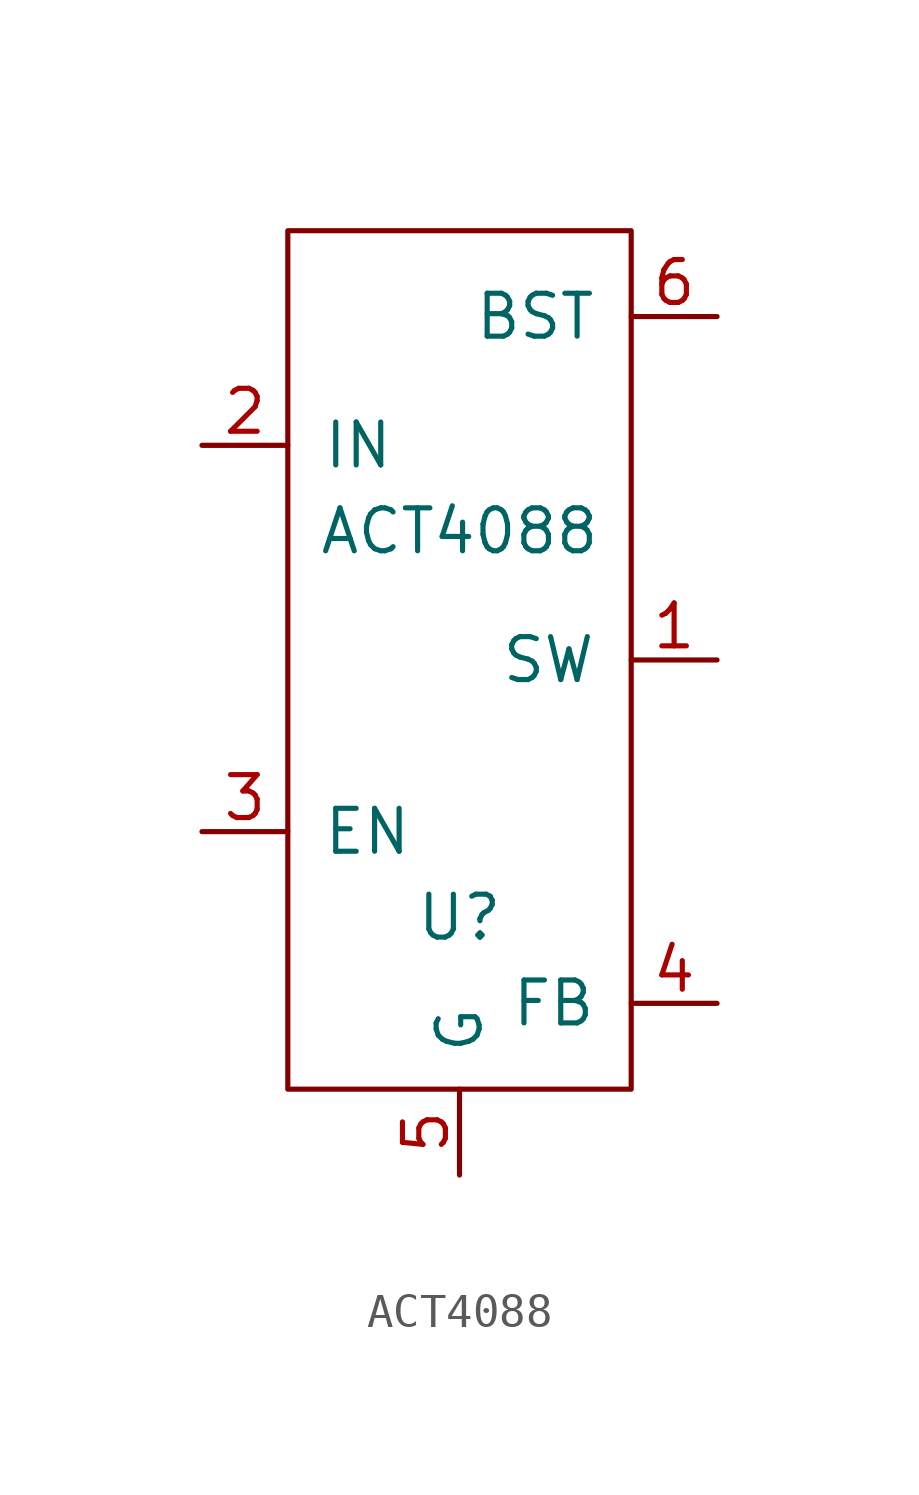
<source format=kicad_sym>
(kicad_symbol_lib
  (version 20211014)
  (generator kicad_symbol_editor)
  (symbol "ACT4088"
    (pin_names
      (offset 1.016))
    (property "Reference" "U"
      (at 0 -6.35 0)
      (effects (font (size 1.27 1.27))))
    (property "Value" "ACT4088"
      (at 0 5.08 0)
      (effects (font (size 1.27 1.27))))
    (symbol "ACT4088_0_1"
      (rectangle (start -5.08 13.97) (end 5.08 -11.43) (stroke (width 0) (type default) (color 0 0 0 0)) (fill (type none))))
    (symbol "ACT4088_1_1"
      (pin power_out line (at 7.62 1.27 180) (length 2.54) (name "SW" (effects (font (size 1.27 1.27)))) (number "1" (effects (font (size 1.27 1.27)))))
      (pin power_in line (at -7.62 7.62 0) (length 2.54) (name "IN" (effects (font (size 1.27 1.27)))) (number "2" (effects (font (size 1.27 1.27)))))
      (pin input line (at -7.62 -3.81 0) (length 2.54) (name "EN" (effects (font (size 1.27 1.27)))) (number "3" (effects (font (size 1.27 1.27)))))
      (pin input line (at 7.62 -8.89 180) (length 2.54) (name "FB" (effects (font (size 1.27 1.27)))) (number "4" (effects (font (size 1.27 1.27)))))
      (pin passive line (at 0 -13.97 90) (length 2.54) (name "G" (effects (font (size 1.27 1.27)))) (number "5" (effects (font (size 1.27 1.27)))))
      (pin input line (at 7.62 11.43 180) (length 2.54) (name "BST" (effects (font (size 1.27 1.27)))) (number "6" (effects (font (size 1.27 1.27))))))))
</source>
